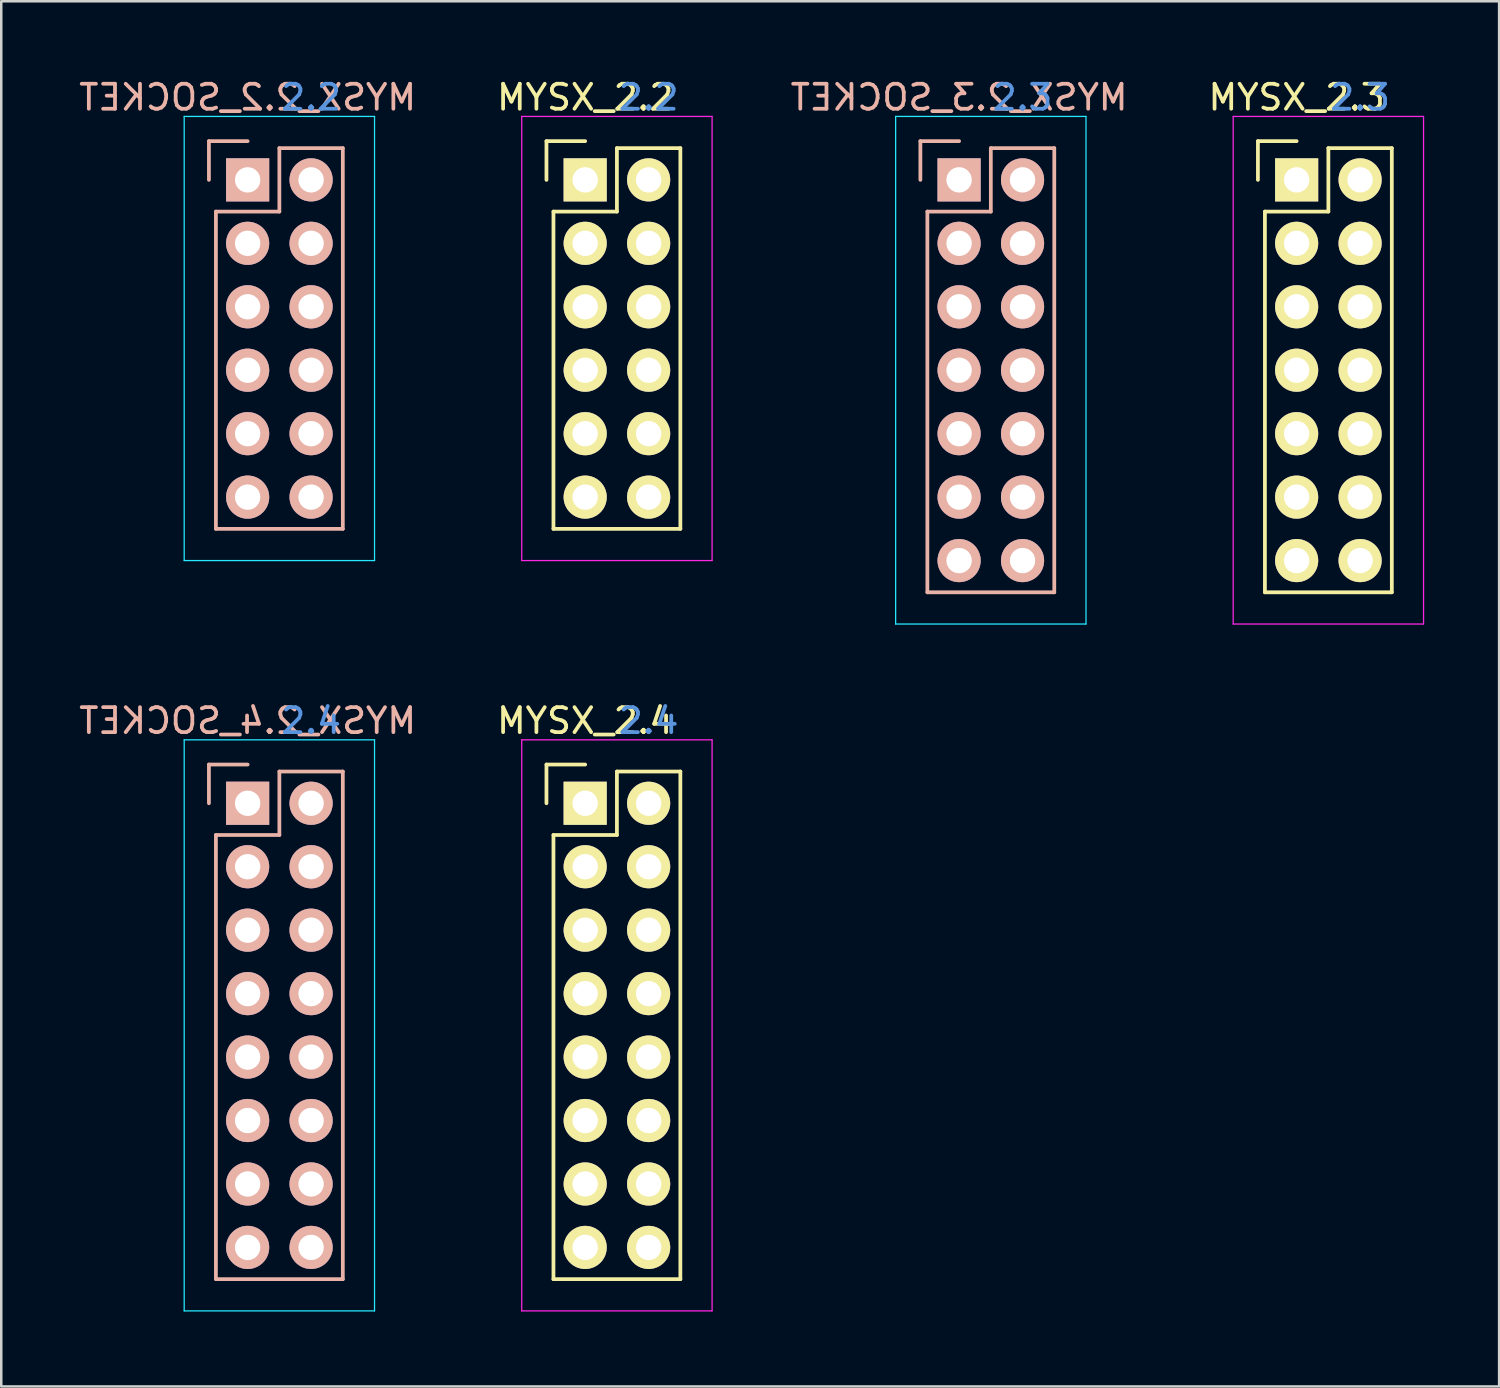
<source format=kicad_pcb>
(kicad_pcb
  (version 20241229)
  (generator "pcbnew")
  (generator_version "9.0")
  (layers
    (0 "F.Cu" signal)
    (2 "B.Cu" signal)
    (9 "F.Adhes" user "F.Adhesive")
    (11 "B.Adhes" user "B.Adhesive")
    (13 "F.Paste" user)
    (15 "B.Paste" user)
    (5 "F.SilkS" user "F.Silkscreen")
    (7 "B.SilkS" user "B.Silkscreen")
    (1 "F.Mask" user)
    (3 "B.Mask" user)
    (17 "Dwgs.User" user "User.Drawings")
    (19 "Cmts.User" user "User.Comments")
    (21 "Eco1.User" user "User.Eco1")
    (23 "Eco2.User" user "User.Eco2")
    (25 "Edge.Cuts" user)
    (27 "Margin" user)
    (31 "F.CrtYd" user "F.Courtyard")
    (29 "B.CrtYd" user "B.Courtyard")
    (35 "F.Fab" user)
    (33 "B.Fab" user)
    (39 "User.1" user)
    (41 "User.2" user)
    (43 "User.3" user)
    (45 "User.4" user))
  (footprint "MYSX_2.3_SOCKET"
    (layer "F.Cu")
    (at 35.343 4.15)
    (property "Reference" "MYSX_2.3_SOCKET" (at 0 -3.302 0) (layer "B.SilkS") (effects (font (size 1 1) (thickness 0.15)) (justify mirror)))
    (attr through_hole)
    (fp_line (start -1.55 -1.55) (end -1.55 0) (stroke (width 0.15) (type solid)) (layer "B.SilkS"))
    (fp_line (start -1.27 1.27) (end -1.27 16.51) (stroke (width 0.15) (type solid)) (layer "B.SilkS"))
    (fp_line (start -1.27 16.51) (end 3.81 16.51) (stroke (width 0.15) (type solid)) (layer "B.SilkS"))
    (fp_line (start 0 -1.55) (end -1.55 -1.55) (stroke (width 0.15) (type solid)) (layer "B.SilkS"))
    (fp_line (start 1.27 -1.27) (end 1.27 1.27) (stroke (width 0.15) (type solid)) (layer "B.SilkS"))
    (fp_line (start 1.27 1.27) (end -1.27 1.27) (stroke (width 0.15) (type solid)) (layer "B.SilkS"))
    (fp_line (start 3.81 -1.27) (end 1.27 -1.27) (stroke (width 0.15) (type solid)) (layer "B.SilkS"))
    (fp_line (start 3.81 16.51) (end 3.81 -1.27) (stroke (width 0.15) (type solid)) (layer "B.SilkS"))
    (fp_line (start -2.54 -2.54) (end -2.54 17.78) (stroke (width 0.05) (type solid)) (layer "B.CrtYd"))
    (fp_line (start -2.54 -2.54) (end 5.08 -2.54) (stroke (width 0.05) (type solid)) (layer "B.CrtYd"))
    (fp_line (start -2.54 17.78) (end 5.08 17.78) (stroke (width 0.05) (type solid)) (layer "B.CrtYd"))
    (fp_line (start 5.08 -2.54) (end 5.08 17.78) (stroke (width 0.05) (type solid)) (layer "B.CrtYd"))
    (fp_text user "2.3" (at 2.54 -3.302 0) (layer "Cmts.User") (effects (font (size 1 1) (thickness 0.15))))
    (pad "1" thru_hole rect (at 0 0) (size 1.727 1.727) (drill 1.016) (layers "*.Cu" "*.Mask" "B.SilkS"))
    (pad "2" thru_hole oval (at 2.54 0) (size 1.727 1.727) (drill 1.016) (layers "*.Cu" "*.Mask" "B.SilkS"))
    (pad "3" thru_hole oval (at 0 2.54) (size 1.727 1.727) (drill 1.016) (layers "*.Cu" "*.Mask" "B.SilkS"))
    (pad "4" thru_hole oval (at 2.54 2.54) (size 1.727 1.727) (drill 1.016) (layers "*.Cu" "*.Mask" "B.SilkS"))
    (pad "5" thru_hole oval (at 0 5.08) (size 1.727 1.727) (drill 1.016) (layers "*.Cu" "*.Mask" "B.SilkS"))
    (pad "6" thru_hole oval (at 2.54 5.08) (size 1.727 1.727) (drill 1.016) (layers "*.Cu" "*.Mask" "B.SilkS"))
    (pad "7" thru_hole oval (at 0 7.62) (size 1.727 1.727) (drill 1.016) (layers "*.Cu" "*.Mask" "B.SilkS"))
    (pad "8" thru_hole oval (at 2.54 7.62) (size 1.727 1.727) (drill 1.016) (layers "*.Cu" "*.Mask" "B.SilkS"))
    (pad "9" thru_hole oval (at 0 10.16) (size 1.727 1.727) (drill 1.016) (layers "*.Cu" "*.Mask" "B.SilkS"))
    (pad "10" thru_hole oval (at 2.54 10.16) (size 1.727 1.727) (drill 1.016) (layers "*.Cu" "*.Mask" "B.SilkS"))
    (pad "11" thru_hole oval (at 0 12.7) (size 1.727 1.727) (drill 1.016) (layers "*.Cu" "*.Mask" "B.SilkS"))
    (pad "12" thru_hole oval (at 2.54 12.7) (size 1.727 1.727) (drill 1.016) (layers "*.Cu" "*.Mask" "B.SilkS"))
    (pad "13" thru_hole oval (at 0 15.24) (size 1.727 1.727) (drill 1.016) (layers "*.Cu" "*.Mask" "B.SilkS"))
    (pad "14" thru_hole oval (at 2.54 15.24) (size 1.727 1.727) (drill 1.016) (layers "*.Cu" "*.Mask" "B.SilkS")))
  (footprint "MYSX_2.4"
    (layer "F.Cu")
    (at 20.375 29.105)
    (property "Reference" "MYSX_2.4" (at 0 -3.302 0) (layer "F.SilkS") (effects (font (size 1 1) (thickness 0.15))))
    (attr through_hole)
    (fp_line (start -1.55 -1.55) (end -1.55 0) (stroke (width 0.15) (type solid)) (layer "F.SilkS"))
    (fp_line (start -1.27 1.27) (end -1.27 19.05) (stroke (width 0.15) (type solid)) (layer "F.SilkS"))
    (fp_line (start -1.27 19.05) (end 3.81 19.05) (stroke (width 0.15) (type solid)) (layer "F.SilkS"))
    (fp_line (start 0 -1.55) (end -1.55 -1.55) (stroke (width 0.15) (type solid)) (layer "F.SilkS"))
    (fp_line (start 1.27 -1.27) (end 1.27 1.27) (stroke (width 0.15) (type solid)) (layer "F.SilkS"))
    (fp_line (start 1.27 1.27) (end -1.27 1.27) (stroke (width 0.15) (type solid)) (layer "F.SilkS"))
    (fp_line (start 3.81 -1.27) (end 1.27 -1.27) (stroke (width 0.15) (type solid)) (layer "F.SilkS"))
    (fp_line (start 3.81 19.05) (end 3.81 -1.27) (stroke (width 0.15) (type solid)) (layer "F.SilkS"))
    (fp_line (start -2.54 -2.54) (end -2.54 20.32) (stroke (width 0.05) (type solid)) (layer "F.CrtYd"))
    (fp_line (start -2.54 -2.54) (end 5.08 -2.54) (stroke (width 0.05) (type solid)) (layer "F.CrtYd"))
    (fp_line (start -2.54 20.32) (end 5.08 20.32) (stroke (width 0.05) (type solid)) (layer "F.CrtYd"))
    (fp_line (start 5.08 -2.54) (end 5.08 20.32) (stroke (width 0.05) (type solid)) (layer "F.CrtYd"))
    (fp_text user "2.4" (at 2.54 -3.302 0) (layer "Cmts.User") (effects (font (size 1 1) (thickness 0.15))))
    (pad "1" thru_hole rect (at 0 0) (size 1.727 1.727) (drill 1.016) (layers "*.Cu" "*.Mask" "F.SilkS"))
    (pad "2" thru_hole oval (at 2.54 0) (size 1.727 1.727) (drill 1.016) (layers "*.Cu" "*.Mask" "F.SilkS"))
    (pad "3" thru_hole oval (at 0 2.54) (size 1.727 1.727) (drill 1.016) (layers "*.Cu" "*.Mask" "F.SilkS"))
    (pad "4" thru_hole oval (at 2.54 2.54) (size 1.727 1.727) (drill 1.016) (layers "*.Cu" "*.Mask" "F.SilkS"))
    (pad "5" thru_hole oval (at 0 5.08) (size 1.727 1.727) (drill 1.016) (layers "*.Cu" "*.Mask" "F.SilkS"))
    (pad "6" thru_hole oval (at 2.54 5.08) (size 1.727 1.727) (drill 1.016) (layers "*.Cu" "*.Mask" "F.SilkS"))
    (pad "7" thru_hole oval (at 0 7.62) (size 1.727 1.727) (drill 1.016) (layers "*.Cu" "*.Mask" "F.SilkS"))
    (pad "8" thru_hole oval (at 2.54 7.62) (size 1.727 1.727) (drill 1.016) (layers "*.Cu" "*.Mask" "F.SilkS"))
    (pad "9" thru_hole oval (at 0 10.16) (size 1.727 1.727) (drill 1.016) (layers "*.Cu" "*.Mask" "F.SilkS"))
    (pad "10" thru_hole oval (at 2.54 10.16) (size 1.727 1.727) (drill 1.016) (layers "*.Cu" "*.Mask" "F.SilkS"))
    (pad "11" thru_hole oval (at 0 12.7) (size 1.727 1.727) (drill 1.016) (layers "*.Cu" "*.Mask" "F.SilkS"))
    (pad "12" thru_hole oval (at 2.54 12.7) (size 1.727 1.727) (drill 1.016) (layers "*.Cu" "*.Mask" "F.SilkS"))
    (pad "13" thru_hole oval (at 0 15.24) (size 1.727 1.727) (drill 1.016) (layers "*.Cu" "*.Mask" "F.SilkS"))
    (pad "14" thru_hole oval (at 2.54 15.24) (size 1.727 1.727) (drill 1.016) (layers "*.Cu" "*.Mask" "F.SilkS"))
    (pad "15" thru_hole oval (at 0 17.78) (size 1.727 1.727) (drill 1.016) (layers "*.Cu" "*.Mask" "F.SilkS"))
    (pad "16" thru_hole oval (at 2.54 17.78) (size 1.727 1.727) (drill 1.016) (layers "*.Cu" "*.Mask" "F.SilkS")))
  (footprint "MYSX_2.4_SOCKET"
    (layer "F.Cu")
    (at 6.863 29.105)
    (property "Reference" "MYSX_2.4_SOCKET" (at 0 -3.302 0) (layer "B.SilkS") (effects (font (size 1 1) (thickness 0.15)) (justify mirror)))
    (attr through_hole)
    (fp_line (start -1.55 -1.55) (end -1.55 0) (stroke (width 0.15) (type solid)) (layer "B.SilkS"))
    (fp_line (start -1.27 1.27) (end -1.27 19.05) (stroke (width 0.15) (type solid)) (layer "B.SilkS"))
    (fp_line (start -1.27 19.05) (end 3.81 19.05) (stroke (width 0.15) (type solid)) (layer "B.SilkS"))
    (fp_line (start 0 -1.55) (end -1.55 -1.55) (stroke (width 0.15) (type solid)) (layer "B.SilkS"))
    (fp_line (start 1.27 -1.27) (end 1.27 1.27) (stroke (width 0.15) (type solid)) (layer "B.SilkS"))
    (fp_line (start 1.27 1.27) (end -1.27 1.27) (stroke (width 0.15) (type solid)) (layer "B.SilkS"))
    (fp_line (start 3.81 -1.27) (end 1.27 -1.27) (stroke (width 0.15) (type solid)) (layer "B.SilkS"))
    (fp_line (start 3.81 19.05) (end 3.81 -1.27) (stroke (width 0.15) (type solid)) (layer "B.SilkS"))
    (fp_line (start -2.54 -2.54) (end -2.54 20.32) (stroke (width 0.05) (type solid)) (layer "B.CrtYd"))
    (fp_line (start -2.54 -2.54) (end 5.08 -2.54) (stroke (width 0.05) (type solid)) (layer "B.CrtYd"))
    (fp_line (start -2.54 20.32) (end 5.08 20.32) (stroke (width 0.05) (type solid)) (layer "B.CrtYd"))
    (fp_line (start 5.08 -2.54) (end 5.08 20.32) (stroke (width 0.05) (type solid)) (layer "B.CrtYd"))
    (fp_text user "2.4" (at 2.54 -3.302 0) (layer "Cmts.User") (effects (font (size 1 1) (thickness 0.15))))
    (pad "1" thru_hole rect (at 0 0) (size 1.727 1.727) (drill 1.016) (layers "*.Cu" "*.Mask" "B.SilkS"))
    (pad "2" thru_hole oval (at 2.54 0) (size 1.727 1.727) (drill 1.016) (layers "*.Cu" "*.Mask" "B.SilkS"))
    (pad "3" thru_hole oval (at 0 2.54) (size 1.727 1.727) (drill 1.016) (layers "*.Cu" "*.Mask" "B.SilkS"))
    (pad "4" thru_hole oval (at 2.54 2.54) (size 1.727 1.727) (drill 1.016) (layers "*.Cu" "*.Mask" "B.SilkS"))
    (pad "5" thru_hole oval (at 0 5.08) (size 1.727 1.727) (drill 1.016) (layers "*.Cu" "*.Mask" "B.SilkS"))
    (pad "6" thru_hole oval (at 2.54 5.08) (size 1.727 1.727) (drill 1.016) (layers "*.Cu" "*.Mask" "B.SilkS"))
    (pad "7" thru_hole oval (at 0 7.62) (size 1.727 1.727) (drill 1.016) (layers "*.Cu" "*.Mask" "B.SilkS"))
    (pad "8" thru_hole oval (at 2.54 7.62) (size 1.727 1.727) (drill 1.016) (layers "*.Cu" "*.Mask" "B.SilkS"))
    (pad "9" thru_hole oval (at 0 10.16) (size 1.727 1.727) (drill 1.016) (layers "*.Cu" "*.Mask" "B.SilkS"))
    (pad "10" thru_hole oval (at 2.54 10.16) (size 1.727 1.727) (drill 1.016) (layers "*.Cu" "*.Mask" "B.SilkS"))
    (pad "11" thru_hole oval (at 0 12.7) (size 1.727 1.727) (drill 1.016) (layers "*.Cu" "*.Mask" "B.SilkS"))
    (pad "12" thru_hole oval (at 2.54 12.7) (size 1.727 1.727) (drill 1.016) (layers "*.Cu" "*.Mask" "B.SilkS"))
    (pad "13" thru_hole oval (at 0 15.24) (size 1.727 1.727) (drill 1.016) (layers "*.Cu" "*.Mask" "B.SilkS"))
    (pad "14" thru_hole oval (at 2.54 15.24) (size 1.727 1.727) (drill 1.016) (layers "*.Cu" "*.Mask" "B.SilkS"))
    (pad "15" thru_hole oval (at 0 17.78) (size 1.727 1.727) (drill 1.016) (layers "*.Cu" "*.Mask" "B.SilkS"))
    (pad "16" thru_hole oval (at 2.54 17.78) (size 1.727 1.727) (drill 1.016) (layers "*.Cu" "*.Mask" "B.SilkS")))
  (footprint "MYSX_2.3"
    (layer "F.Cu")
    (at 48.855 4.15)
    (property "Reference" "MYSX_2.3" (at 0 -3.302 0) (layer "F.SilkS") (effects (font (size 1 1) (thickness 0.15))))
    (attr through_hole)
    (fp_line (start -1.55 -1.55) (end -1.55 0) (stroke (width 0.15) (type solid)) (layer "F.SilkS"))
    (fp_line (start -1.27 1.27) (end -1.27 16.51) (stroke (width 0.15) (type solid)) (layer "F.SilkS"))
    (fp_line (start -1.27 16.51) (end 3.81 16.51) (stroke (width 0.15) (type solid)) (layer "F.SilkS"))
    (fp_line (start 0 -1.55) (end -1.55 -1.55) (stroke (width 0.15) (type solid)) (layer "F.SilkS"))
    (fp_line (start 1.27 -1.27) (end 1.27 1.27) (stroke (width 0.15) (type solid)) (layer "F.SilkS"))
    (fp_line (start 1.27 1.27) (end -1.27 1.27) (stroke (width 0.15) (type solid)) (layer "F.SilkS"))
    (fp_line (start 3.81 -1.27) (end 1.27 -1.27) (stroke (width 0.15) (type solid)) (layer "F.SilkS"))
    (fp_line (start 3.81 16.51) (end 3.81 -1.27) (stroke (width 0.15) (type solid)) (layer "F.SilkS"))
    (fp_line (start -2.54 -2.54) (end -2.54 17.78) (stroke (width 0.05) (type solid)) (layer "F.CrtYd"))
    (fp_line (start -2.54 -2.54) (end 5.08 -2.54) (stroke (width 0.05) (type solid)) (layer "F.CrtYd"))
    (fp_line (start -2.54 17.78) (end 5.08 17.78) (stroke (width 0.05) (type solid)) (layer "F.CrtYd"))
    (fp_line (start 5.08 -2.54) (end 5.08 17.78) (stroke (width 0.05) (type solid)) (layer "F.CrtYd"))
    (fp_text user "2.3" (at 2.54 -3.302 0) (layer "Cmts.User") (effects (font (size 1 1) (thickness 0.15))))
    (pad "1" thru_hole rect (at 0 0) (size 1.727 1.727) (drill 1.016) (layers "*.Cu" "*.Mask" "F.SilkS"))
    (pad "2" thru_hole oval (at 2.54 0) (size 1.727 1.727) (drill 1.016) (layers "*.Cu" "*.Mask" "F.SilkS"))
    (pad "3" thru_hole oval (at 0 2.54) (size 1.727 1.727) (drill 1.016) (layers "*.Cu" "*.Mask" "F.SilkS"))
    (pad "4" thru_hole oval (at 2.54 2.54) (size 1.727 1.727) (drill 1.016) (layers "*.Cu" "*.Mask" "F.SilkS"))
    (pad "5" thru_hole oval (at 0 5.08) (size 1.727 1.727) (drill 1.016) (layers "*.Cu" "*.Mask" "F.SilkS"))
    (pad "6" thru_hole oval (at 2.54 5.08) (size 1.727 1.727) (drill 1.016) (layers "*.Cu" "*.Mask" "F.SilkS"))
    (pad "7" thru_hole oval (at 0 7.62) (size 1.727 1.727) (drill 1.016) (layers "*.Cu" "*.Mask" "F.SilkS"))
    (pad "8" thru_hole oval (at 2.54 7.62) (size 1.727 1.727) (drill 1.016) (layers "*.Cu" "*.Mask" "F.SilkS"))
    (pad "9" thru_hole oval (at 0 10.16) (size 1.727 1.727) (drill 1.016) (layers "*.Cu" "*.Mask" "F.SilkS"))
    (pad "10" thru_hole oval (at 2.54 10.16) (size 1.727 1.727) (drill 1.016) (layers "*.Cu" "*.Mask" "F.SilkS"))
    (pad "11" thru_hole oval (at 0 12.7) (size 1.727 1.727) (drill 1.016) (layers "*.Cu" "*.Mask" "F.SilkS"))
    (pad "12" thru_hole oval (at 2.54 12.7) (size 1.727 1.727) (drill 1.016) (layers "*.Cu" "*.Mask" "F.SilkS"))
    (pad "13" thru_hole oval (at 0 15.24) (size 1.727 1.727) (drill 1.016) (layers "*.Cu" "*.Mask" "F.SilkS"))
    (pad "14" thru_hole oval (at 2.54 15.24) (size 1.727 1.727) (drill 1.016) (layers "*.Cu" "*.Mask" "F.SilkS")))
  (footprint "MYSX_2.2_SOCKET"
    (layer "F.Cu")
    (at 6.863 4.15)
    (property "Reference" "MYSX_2.2_SOCKET" (at 0 -3.302 0) (layer "B.SilkS") (effects (font (size 1 1) (thickness 0.15)) (justify mirror)))
    (attr through_hole)
    (fp_line (start -1.55 -1.55) (end -1.55 0) (stroke (width 0.15) (type solid)) (layer "B.SilkS"))
    (fp_line (start -1.27 1.27) (end -1.27 13.97) (stroke (width 0.15) (type solid)) (layer "B.SilkS"))
    (fp_line (start -1.27 13.97) (end 3.81 13.97) (stroke (width 0.15) (type solid)) (layer "B.SilkS"))
    (fp_line (start 0 -1.55) (end -1.55 -1.55) (stroke (width 0.15) (type solid)) (layer "B.SilkS"))
    (fp_line (start 1.27 -1.27) (end 1.27 1.27) (stroke (width 0.15) (type solid)) (layer "B.SilkS"))
    (fp_line (start 1.27 1.27) (end -1.27 1.27) (stroke (width 0.15) (type solid)) (layer "B.SilkS"))
    (fp_line (start 3.81 -1.27) (end 1.27 -1.27) (stroke (width 0.15) (type solid)) (layer "B.SilkS"))
    (fp_line (start 3.81 13.97) (end 3.81 -1.27) (stroke (width 0.15) (type solid)) (layer "B.SilkS"))
    (fp_line (start -2.54 -2.54) (end -2.54 15.24) (stroke (width 0.05) (type solid)) (layer "B.CrtYd"))
    (fp_line (start -2.54 -2.54) (end 5.08 -2.54) (stroke (width 0.05) (type solid)) (layer "B.CrtYd"))
    (fp_line (start -2.54 15.24) (end 5.08 15.24) (stroke (width 0.05) (type solid)) (layer "B.CrtYd"))
    (fp_line (start 5.08 -2.54) (end 5.08 15.24) (stroke (width 0.05) (type solid)) (layer "B.CrtYd"))
    (fp_text user "2.2" (at 2.54 -3.302 0) (layer "Cmts.User") (effects (font (size 1 1) (thickness 0.15))))
    (pad "1" thru_hole rect (at 0 0) (size 1.727 1.727) (drill 1.016) (layers "*.Cu" "*.Mask" "B.SilkS"))
    (pad "2" thru_hole oval (at 2.54 0) (size 1.727 1.727) (drill 1.016) (layers "*.Cu" "*.Mask" "B.SilkS"))
    (pad "3" thru_hole oval (at 0 2.54) (size 1.727 1.727) (drill 1.016) (layers "*.Cu" "*.Mask" "B.SilkS"))
    (pad "4" thru_hole oval (at 2.54 2.54) (size 1.727 1.727) (drill 1.016) (layers "*.Cu" "*.Mask" "B.SilkS"))
    (pad "5" thru_hole oval (at 0 5.08) (size 1.727 1.727) (drill 1.016) (layers "*.Cu" "*.Mask" "B.SilkS"))
    (pad "6" thru_hole oval (at 2.54 5.08) (size 1.727 1.727) (drill 1.016) (layers "*.Cu" "*.Mask" "B.SilkS"))
    (pad "7" thru_hole oval (at 0 7.62) (size 1.727 1.727) (drill 1.016) (layers "*.Cu" "*.Mask" "B.SilkS"))
    (pad "8" thru_hole oval (at 2.54 7.62) (size 1.727 1.727) (drill 1.016) (layers "*.Cu" "*.Mask" "B.SilkS"))
    (pad "9" thru_hole oval (at 0 10.16) (size 1.727 1.727) (drill 1.016) (layers "*.Cu" "*.Mask" "B.SilkS"))
    (pad "10" thru_hole oval (at 2.54 10.16) (size 1.727 1.727) (drill 1.016) (layers "*.Cu" "*.Mask" "B.SilkS"))
    (pad "11" thru_hole oval (at 0 12.7) (size 1.727 1.727) (drill 1.016) (layers "*.Cu" "*.Mask" "B.SilkS"))
    (pad "12" thru_hole oval (at 2.54 12.7) (size 1.727 1.727) (drill 1.016) (layers "*.Cu" "*.Mask" "B.SilkS")))
  (footprint "MYSX_2.2"
    (layer "F.Cu")
    (at 20.375 4.15)
    (property "Reference" "MYSX_2.2" (at 0 -3.302 0) (layer "F.SilkS") (effects (font (size 1 1) (thickness 0.15))))
    (attr through_hole)
    (fp_line (start -1.55 -1.55) (end -1.55 0) (stroke (width 0.15) (type solid)) (layer "F.SilkS"))
    (fp_line (start -1.27 1.27) (end -1.27 13.97) (stroke (width 0.15) (type solid)) (layer "F.SilkS"))
    (fp_line (start -1.27 13.97) (end 3.81 13.97) (stroke (width 0.15) (type solid)) (layer "F.SilkS"))
    (fp_line (start 0 -1.55) (end -1.55 -1.55) (stroke (width 0.15) (type solid)) (layer "F.SilkS"))
    (fp_line (start 1.27 -1.27) (end 1.27 1.27) (stroke (width 0.15) (type solid)) (layer "F.SilkS"))
    (fp_line (start 1.27 1.27) (end -1.27 1.27) (stroke (width 0.15) (type solid)) (layer "F.SilkS"))
    (fp_line (start 3.81 -1.27) (end 1.27 -1.27) (stroke (width 0.15) (type solid)) (layer "F.SilkS"))
    (fp_line (start 3.81 13.97) (end 3.81 -1.27) (stroke (width 0.15) (type solid)) (layer "F.SilkS"))
    (fp_line (start -2.54 -2.54) (end -2.54 15.24) (stroke (width 0.05) (type solid)) (layer "F.CrtYd"))
    (fp_line (start -2.54 -2.54) (end 5.08 -2.54) (stroke (width 0.05) (type solid)) (layer "F.CrtYd"))
    (fp_line (start -2.54 15.24) (end 5.08 15.24) (stroke (width 0.05) (type solid)) (layer "F.CrtYd"))
    (fp_line (start 5.08 -2.54) (end 5.08 15.24) (stroke (width 0.05) (type solid)) (layer "F.CrtYd"))
    (fp_text user "2.2" (at 2.54 -3.302 0) (layer "Cmts.User") (effects (font (size 1 1) (thickness 0.15))))
    (pad "1" thru_hole rect (at 0 0) (size 1.727 1.727) (drill 1.016) (layers "*.Cu" "*.Mask" "F.SilkS"))
    (pad "2" thru_hole oval (at 2.54 0) (size 1.727 1.727) (drill 1.016) (layers "*.Cu" "*.Mask" "F.SilkS"))
    (pad "3" thru_hole oval (at 0 2.54) (size 1.727 1.727) (drill 1.016) (layers "*.Cu" "*.Mask" "F.SilkS"))
    (pad "4" thru_hole oval (at 2.54 2.54) (size 1.727 1.727) (drill 1.016) (layers "*.Cu" "*.Mask" "F.SilkS"))
    (pad "5" thru_hole oval (at 0 5.08) (size 1.727 1.727) (drill 1.016) (layers "*.Cu" "*.Mask" "F.SilkS"))
    (pad "6" thru_hole oval (at 2.54 5.08) (size 1.727 1.727) (drill 1.016) (layers "*.Cu" "*.Mask" "F.SilkS"))
    (pad "7" thru_hole oval (at 0 7.62) (size 1.727 1.727) (drill 1.016) (layers "*.Cu" "*.Mask" "F.SilkS"))
    (pad "8" thru_hole oval (at 2.54 7.62) (size 1.727 1.727) (drill 1.016) (layers "*.Cu" "*.Mask" "F.SilkS"))
    (pad "9" thru_hole oval (at 0 10.16) (size 1.727 1.727) (drill 1.016) (layers "*.Cu" "*.Mask" "F.SilkS"))
    (pad "10" thru_hole oval (at 2.54 10.16) (size 1.727 1.727) (drill 1.016) (layers "*.Cu" "*.Mask" "F.SilkS"))
    (pad "11" thru_hole oval (at 0 12.7) (size 1.727 1.727) (drill 1.016) (layers "*.Cu" "*.Mask" "F.SilkS"))
    (pad "12" thru_hole oval (at 2.54 12.7) (size 1.727 1.727) (drill 1.016) (layers "*.Cu" "*.Mask" "F.SilkS")))
  (gr_rect
    (start -3 -3)
    (end 56.96 52.45)
    (stroke (width 0.1) (type default))
    (fill no)
    (layer "Edge.Cuts")))
</source>
